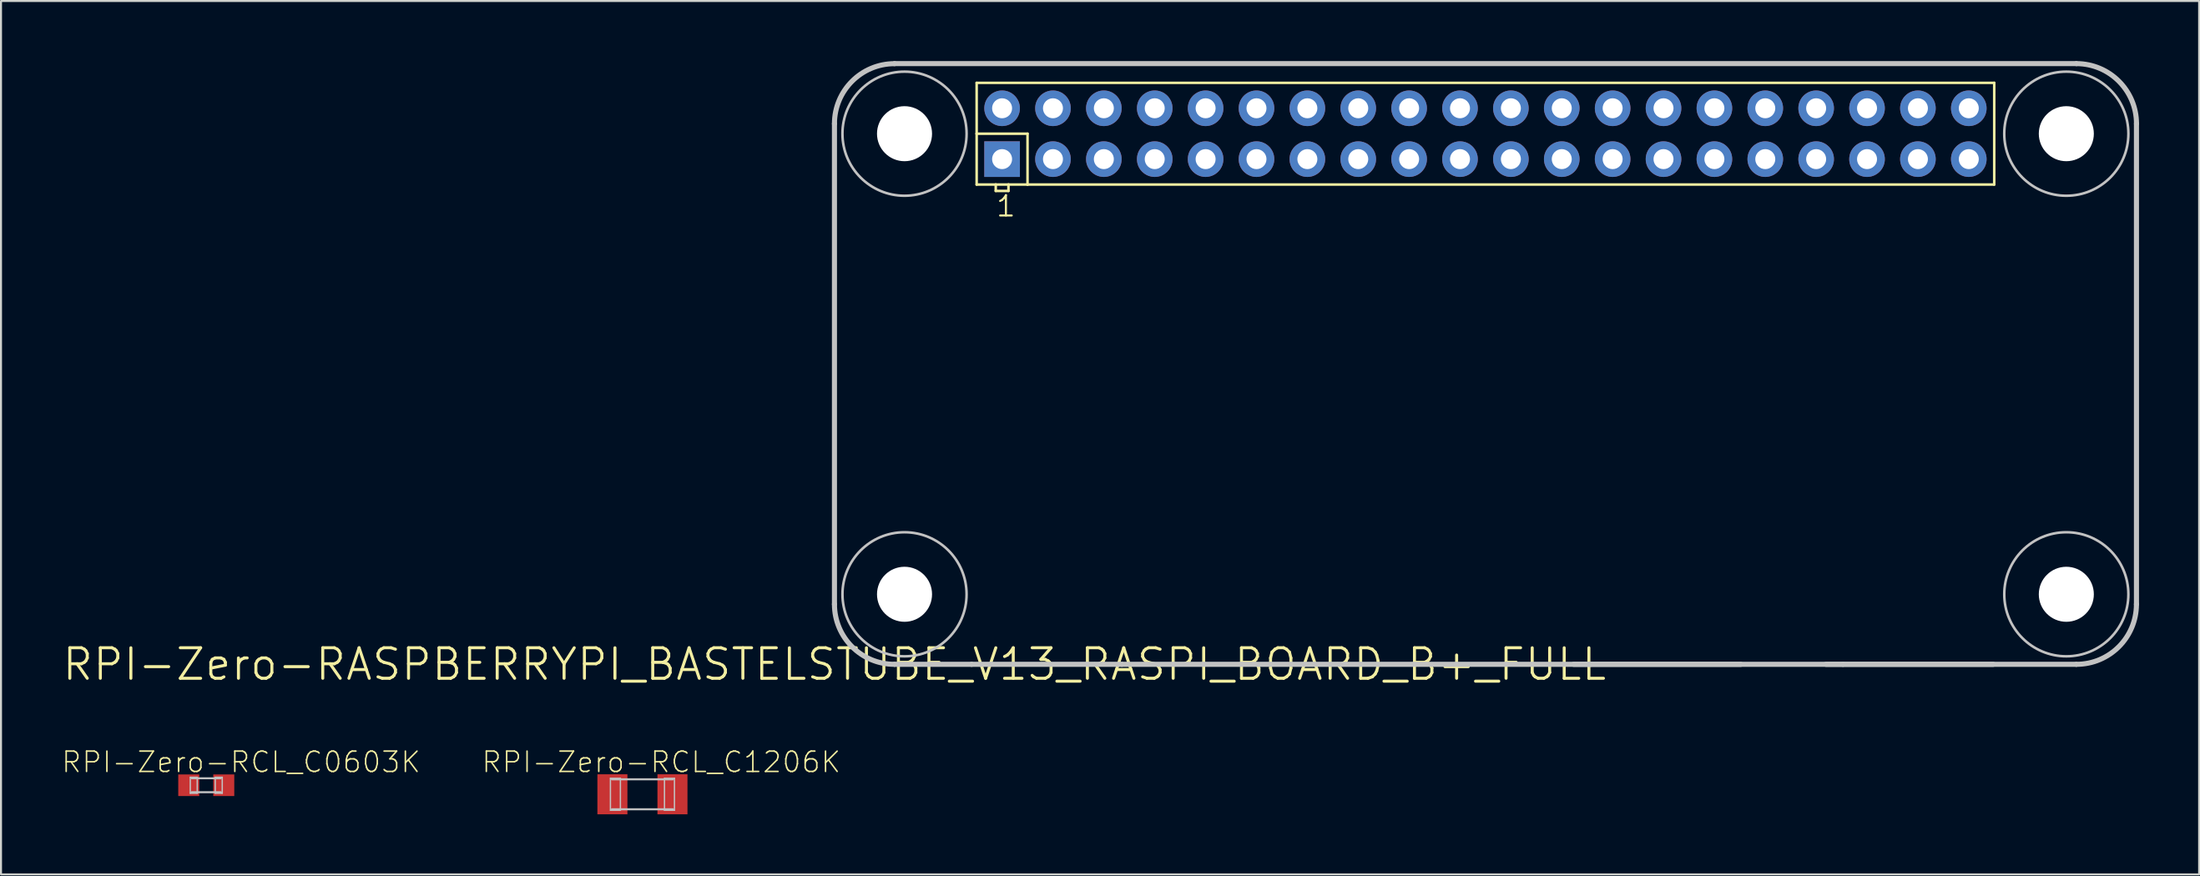
<source format=kicad_pcb>
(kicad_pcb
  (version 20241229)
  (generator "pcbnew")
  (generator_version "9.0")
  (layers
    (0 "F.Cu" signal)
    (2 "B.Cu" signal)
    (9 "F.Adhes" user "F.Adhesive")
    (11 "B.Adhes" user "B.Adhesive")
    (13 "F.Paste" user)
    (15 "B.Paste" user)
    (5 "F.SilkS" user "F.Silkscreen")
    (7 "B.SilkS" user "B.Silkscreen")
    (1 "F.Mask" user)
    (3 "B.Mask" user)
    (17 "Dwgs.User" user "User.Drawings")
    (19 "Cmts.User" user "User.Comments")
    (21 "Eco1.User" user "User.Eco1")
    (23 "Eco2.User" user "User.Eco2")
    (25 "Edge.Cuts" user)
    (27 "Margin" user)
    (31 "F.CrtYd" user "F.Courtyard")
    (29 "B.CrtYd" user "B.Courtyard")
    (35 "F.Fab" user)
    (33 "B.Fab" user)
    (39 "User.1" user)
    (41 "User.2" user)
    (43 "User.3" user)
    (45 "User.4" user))
  (footprint "RPI-Zero-RCL_C1206K"
    (layer "F.Cu")
    (at 29.022 36.618)
    (property "Reference" "RPI-Zero-RCL_C1206K" (at 0.94 -1.608 0) (layer "F.SilkS") (effects (font (size 1.016 1.016) (thickness 0.076))))
    (attr smd)
    (fp_line (start -1.598 -0.798) (end -1.1 -0.798) (stroke (width 0.066) (type solid)) (layer "Dwgs.User"))
    (fp_line (start -1.598 0.798) (end -1.598 -0.798) (stroke (width 0.066) (type solid)) (layer "Dwgs.User"))
    (fp_line (start -1.598 0.798) (end -1.1 0.798) (stroke (width 0.066) (type solid)) (layer "Dwgs.User"))
    (fp_line (start -1.524 -0.749) (end 1.524 -0.749) (stroke (width 0.102) (type solid)) (layer "Dwgs.User"))
    (fp_line (start -1.1 0.798) (end -1.1 -0.798) (stroke (width 0.066) (type solid)) (layer "Dwgs.User"))
    (fp_line (start 1.1 -0.798) (end 1.598 -0.798) (stroke (width 0.066) (type solid)) (layer "Dwgs.User"))
    (fp_line (start 1.1 0.798) (end 1.1 -0.798) (stroke (width 0.066) (type solid)) (layer "Dwgs.User"))
    (fp_line (start 1.1 0.798) (end 1.598 0.798) (stroke (width 0.066) (type solid)) (layer "Dwgs.User"))
    (fp_line (start 1.524 0.749) (end -1.524 0.749) (stroke (width 0.102) (type solid)) (layer "Dwgs.User"))
    (fp_line (start 1.598 0.798) (end 1.598 -0.798) (stroke (width 0.066) (type solid)) (layer "Dwgs.User"))
    (pad "1" smd rect (at -1.499 0) (size 1.499 1.999) (layers "F.Cu" "F.Mask" "F.Paste"))
    (pad "2" smd rect (at 1.499 0) (size 1.499 1.999) (layers "F.Cu" "F.Mask" "F.Paste")))
  (footprint "RPI-Zero-RASPBERRYPI_BASTELSTUBE_V13_RASPI_BOARD_B+_FULL"
    (layer "F.Cu")
    (at 38.608 30.127)
    (property "Reference" "RPI-Zero-RASPBERRYPI_BASTELSTUBE_V13_RASPI_BOARD_B+_FULL" (at 0 0 0) (layer "F.SilkS") (effects (font (size 1.524 1.524) (thickness 0.15))))
    (attr exclude_from_pos_files exclude_from_bom)
    (fp_line (start 7.099 -29.04) (end 7.099 -26.5) (stroke (width 0.127) (type solid)) (layer "F.SilkS"))
    (fp_line (start 7.099 -26.5) (end 7.099 -23.96) (stroke (width 0.127) (type solid)) (layer "F.SilkS"))
    (fp_line (start 7.099 -26.5) (end 9.639 -26.5) (stroke (width 0.127) (type solid)) (layer "F.SilkS"))
    (fp_line (start 7.099 -23.96) (end 8.052 -23.96) (stroke (width 0.127) (type solid)) (layer "F.SilkS"))
    (fp_line (start 8.052 -23.96) (end 8.052 -23.642) (stroke (width 0.127) (type solid)) (layer "F.SilkS"))
    (fp_line (start 8.052 -23.96) (end 8.687 -23.96) (stroke (width 0.127) (type solid)) (layer "F.SilkS"))
    (fp_line (start 8.052 -23.642) (end 8.687 -23.642) (stroke (width 0.127) (type solid)) (layer "F.SilkS"))
    (fp_line (start 8.687 -23.96) (end 9.639 -23.96) (stroke (width 0.127) (type solid)) (layer "F.SilkS"))
    (fp_line (start 8.687 -23.642) (end 8.687 -23.96) (stroke (width 0.127) (type solid)) (layer "F.SilkS"))
    (fp_line (start 9.639 -26.5) (end 9.639 -23.96) (stroke (width 0.127) (type solid)) (layer "F.SilkS"))
    (fp_line (start 9.639 -23.96) (end 57.899 -23.96) (stroke (width 0.127) (type solid)) (layer "F.SilkS"))
    (fp_line (start 57.899 -29.04) (end 7.099 -29.04) (stroke (width 0.127) (type solid)) (layer "F.SilkS"))
    (fp_line (start 57.899 -23.96) (end 57.899 -29.04) (stroke (width 0.127) (type solid)) (layer "F.SilkS"))
    (fp_line (start 0 -26.998) (end 0 -3) (stroke (width 0.254) (type solid)) (layer "Dwgs.User"))
    (fp_line (start 3 0) (end 6.848 0) (stroke (width 0.254) (type solid)) (layer "Dwgs.User"))
    (fp_line (start 6.848 0) (end 14.348 0) (stroke (width 0.254) (type solid)) (layer "Dwgs.User"))
    (fp_line (start 14.348 0) (end 61.999 0) (stroke (width 0.254) (type solid)) (layer "Dwgs.User"))
    (fp_line (start 36.899 0) (end 37.749 0) (stroke (width 0.254) (type solid)) (layer "Dwgs.User"))
    (fp_line (start 37.749 0) (end 45.248 0) (stroke (width 0.254) (type solid)) (layer "Dwgs.User"))
    (fp_line (start 49.5 0) (end 50.348 0) (stroke (width 0.254) (type solid)) (layer "Dwgs.User"))
    (fp_line (start 50.348 0) (end 57.849 0) (stroke (width 0.254) (type solid)) (layer "Dwgs.User"))
    (fp_line (start 61.999 -30) (end 3 -30) (stroke (width 0.254) (type solid)) (layer "Dwgs.User"))
    (fp_line (start 64.999 -3) (end 64.999 -26.998) (stroke (width 0.254) (type solid)) (layer "Dwgs.User"))
    (fp_arc (start 0 -26.99766) (mid 0.878604 -29.118796) (end 2.99974 -29.9974) (stroke (width 0.254) (type solid)) (layer "Dwgs.User"))
    (fp_arc (start 2.99974 0) (mid 0.878604 -0.878604) (end 0 -2.99974) (stroke (width 0.254) (type solid)) (layer "Dwgs.User"))
    (fp_arc (start 61.99886 -29.99994) (mid 64.121793 -29.120593) (end 65.00114 -26.99766) (stroke (width 0.254) (type solid)) (layer "Dwgs.User"))
    (fp_arc (start 64.9986 -2.99974) (mid 64.119996 -0.878604) (end 61.99886 0) (stroke (width 0.254) (type solid)) (layer "Dwgs.User"))
    (fp_circle (center 3.498 -26.5) (end 3.498 -29.599) (stroke (width 0.127) (type solid)) (fill no) (layer "Dwgs.User"))
    (fp_circle (center 3.498 -3.498) (end 3.498 -6.596) (stroke (width 0.127) (type solid)) (fill no) (layer "Dwgs.User"))
    (fp_circle (center 61.498 -26.5) (end 61.498 -29.599) (stroke (width 0.127) (type solid)) (fill no) (layer "Dwgs.User"))
    (fp_circle (center 61.498 -3.498) (end 61.498 -6.596) (stroke (width 0.127) (type solid)) (fill no) (layer "Dwgs.User"))
    (fp_text user "1" (at 8.56 -22.88 0) (layer "F.SilkS") (effects (font (size 1.016 1.016) (thickness 0.102))))
    (pad "" np_thru_hole circle (at 3.498 -26.5) (size 2.748 2.748) (drill 2.748) (layers "*.Cu" "*.Mask"))
    (pad "" np_thru_hole circle (at 3.498 -3.498) (size 2.748 2.748) (drill 2.748) (layers "*.Cu" "*.Mask"))
    (pad "" np_thru_hole circle (at 61.498 -26.5) (size 2.748 2.748) (drill 2.748) (layers "*.Cu" "*.Mask"))
    (pad "" np_thru_hole circle (at 61.498 -3.498) (size 2.748 2.748) (drill 2.748) (layers "*.Cu" "*.Mask"))
    (pad "1" thru_hole rect (at 8.369 -25.23) (size 1.778 1.778) (drill 0.998) (layers "*.Cu" "*.Paste" "*.Mask"))
    (pad "2" thru_hole circle (at 8.369 -27.77) (size 1.778 1.778) (drill 0.998) (layers "*.Cu" "*.Paste" "*.Mask"))
    (pad "3" thru_hole circle (at 10.909 -25.23) (size 1.778 1.778) (drill 0.998) (layers "*.Cu" "*.Paste" "*.Mask"))
    (pad "4" thru_hole circle (at 10.909 -27.77) (size 1.778 1.778) (drill 0.998) (layers "*.Cu" "*.Paste" "*.Mask"))
    (pad "5" thru_hole circle (at 13.449 -25.23) (size 1.778 1.778) (drill 0.998) (layers "*.Cu" "*.Paste" "*.Mask"))
    (pad "6" thru_hole circle (at 13.449 -27.77) (size 1.778 1.778) (drill 0.998) (layers "*.Cu" "*.Paste" "*.Mask"))
    (pad "7" thru_hole circle (at 15.989 -25.23) (size 1.778 1.778) (drill 0.998) (layers "*.Cu" "*.Paste" "*.Mask"))
    (pad "8" thru_hole circle (at 15.989 -27.77) (size 1.778 1.778) (drill 0.998) (layers "*.Cu" "*.Paste" "*.Mask"))
    (pad "9" thru_hole circle (at 18.529 -25.23) (size 1.778 1.778) (drill 0.998) (layers "*.Cu" "*.Paste" "*.Mask"))
    (pad "10" thru_hole circle (at 18.529 -27.77) (size 1.778 1.778) (drill 0.998) (layers "*.Cu" "*.Paste" "*.Mask"))
    (pad "11" thru_hole circle (at 21.069 -25.23) (size 1.778 1.778) (drill 0.998) (layers "*.Cu" "*.Paste" "*.Mask"))
    (pad "12" thru_hole circle (at 21.069 -27.77) (size 1.778 1.778) (drill 0.998) (layers "*.Cu" "*.Paste" "*.Mask"))
    (pad "13" thru_hole circle (at 23.609 -25.23) (size 1.778 1.778) (drill 0.998) (layers "*.Cu" "*.Paste" "*.Mask"))
    (pad "14" thru_hole circle (at 23.609 -27.77) (size 1.778 1.778) (drill 0.998) (layers "*.Cu" "*.Paste" "*.Mask"))
    (pad "15" thru_hole circle (at 26.149 -25.23) (size 1.778 1.778) (drill 0.998) (layers "*.Cu" "*.Paste" "*.Mask"))
    (pad "16" thru_hole circle (at 26.149 -27.77) (size 1.778 1.778) (drill 0.998) (layers "*.Cu" "*.Paste" "*.Mask"))
    (pad "17" thru_hole circle (at 28.689 -25.23) (size 1.778 1.778) (drill 0.998) (layers "*.Cu" "*.Paste" "*.Mask"))
    (pad "18" thru_hole circle (at 28.689 -27.77) (size 1.778 1.778) (drill 0.998) (layers "*.Cu" "*.Paste" "*.Mask"))
    (pad "19" thru_hole circle (at 31.229 -25.23) (size 1.778 1.778) (drill 0.998) (layers "*.Cu" "*.Paste" "*.Mask"))
    (pad "20" thru_hole circle (at 31.229 -27.77) (size 1.778 1.778) (drill 0.998) (layers "*.Cu" "*.Paste" "*.Mask"))
    (pad "21" thru_hole circle (at 33.769 -25.23) (size 1.778 1.778) (drill 0.998) (layers "*.Cu" "*.Paste" "*.Mask"))
    (pad "22" thru_hole circle (at 33.769 -27.77) (size 1.778 1.778) (drill 0.998) (layers "*.Cu" "*.Paste" "*.Mask"))
    (pad "23" thru_hole circle (at 36.309 -25.23) (size 1.778 1.778) (drill 0.998) (layers "*.Cu" "*.Paste" "*.Mask"))
    (pad "24" thru_hole circle (at 36.309 -27.77) (size 1.778 1.778) (drill 0.998) (layers "*.Cu" "*.Paste" "*.Mask"))
    (pad "25" thru_hole circle (at 38.849 -25.23) (size 1.778 1.778) (drill 0.998) (layers "*.Cu" "*.Paste" "*.Mask"))
    (pad "26" thru_hole circle (at 38.849 -27.77) (size 1.778 1.778) (drill 0.998) (layers "*.Cu" "*.Paste" "*.Mask"))
    (pad "27" thru_hole circle (at 41.389 -25.23) (size 1.778 1.778) (drill 0.998) (layers "*.Cu" "*.Paste" "*.Mask"))
    (pad "28" thru_hole circle (at 41.389 -27.77) (size 1.778 1.778) (drill 0.998) (layers "*.Cu" "*.Paste" "*.Mask"))
    (pad "29" thru_hole circle (at 43.929 -25.23) (size 1.778 1.778) (drill 0.998) (layers "*.Cu" "*.Paste" "*.Mask"))
    (pad "30" thru_hole circle (at 43.929 -27.77) (size 1.778 1.778) (drill 0.998) (layers "*.Cu" "*.Paste" "*.Mask"))
    (pad "31" thru_hole circle (at 46.469 -25.23) (size 1.778 1.778) (drill 0.998) (layers "*.Cu" "*.Paste" "*.Mask"))
    (pad "32" thru_hole circle (at 46.469 -27.77) (size 1.778 1.778) (drill 0.998) (layers "*.Cu" "*.Paste" "*.Mask"))
    (pad "33" thru_hole circle (at 49.009 -25.23) (size 1.778 1.778) (drill 0.998) (layers "*.Cu" "*.Paste" "*.Mask"))
    (pad "34" thru_hole circle (at 49.009 -27.77) (size 1.778 1.778) (drill 0.998) (layers "*.Cu" "*.Paste" "*.Mask"))
    (pad "35" thru_hole circle (at 51.549 -25.23) (size 1.778 1.778) (drill 0.998) (layers "*.Cu" "*.Paste" "*.Mask"))
    (pad "36" thru_hole circle (at 51.549 -27.77) (size 1.778 1.778) (drill 0.998) (layers "*.Cu" "*.Paste" "*.Mask"))
    (pad "37" thru_hole circle (at 54.089 -25.23) (size 1.778 1.778) (drill 0.998) (layers "*.Cu" "*.Paste" "*.Mask"))
    (pad "38" thru_hole circle (at 54.089 -27.77) (size 1.778 1.778) (drill 0.998) (layers "*.Cu" "*.Paste" "*.Mask"))
    (pad "39" thru_hole circle (at 56.629 -25.23) (size 1.778 1.778) (drill 0.998) (layers "*.Cu" "*.Paste" "*.Mask"))
    (pad "40" thru_hole circle (at 56.629 -27.77) (size 1.778 1.778) (drill 0.998) (layers "*.Cu" "*.Paste" "*.Mask")))
  (footprint "RPI-Zero-RCL_C0603K"
    (layer "F.Cu")
    (at 7.247 36.166)
    (property "Reference" "RPI-Zero-RCL_C0603K" (at 1.74 -1.156 0) (layer "F.SilkS") (effects (font (size 1.016 1.016) (thickness 0.076))))
    (attr smd)
    (fp_line (start -0.798 -0.399) (end -0.45 -0.399) (stroke (width 0.066) (type solid)) (layer "Dwgs.User"))
    (fp_line (start -0.798 0.399) (end -0.798 -0.399) (stroke (width 0.066) (type solid)) (layer "Dwgs.User"))
    (fp_line (start -0.798 0.399) (end -0.45 0.399) (stroke (width 0.066) (type solid)) (layer "Dwgs.User"))
    (fp_line (start -0.724 -0.348) (end 0.724 -0.348) (stroke (width 0.102) (type solid)) (layer "Dwgs.User"))
    (fp_line (start -0.45 0.399) (end -0.45 -0.399) (stroke (width 0.066) (type solid)) (layer "Dwgs.User"))
    (fp_line (start 0.45 -0.399) (end 0.798 -0.399) (stroke (width 0.066) (type solid)) (layer "Dwgs.User"))
    (fp_line (start 0.45 0.399) (end 0.45 -0.399) (stroke (width 0.066) (type solid)) (layer "Dwgs.User"))
    (fp_line (start 0.45 0.399) (end 0.798 0.399) (stroke (width 0.066) (type solid)) (layer "Dwgs.User"))
    (fp_line (start 0.724 0.348) (end -0.724 0.348) (stroke (width 0.102) (type solid)) (layer "Dwgs.User"))
    (fp_line (start 0.798 0.399) (end 0.798 -0.399) (stroke (width 0.066) (type solid)) (layer "Dwgs.User"))
    (pad "1" smd rect (at -0.874 0) (size 1.049 1.079) (layers "F.Cu" "F.Mask" "F.Paste"))
    (pad "2" smd rect (at 0.874 0) (size 1.049 1.079) (layers "F.Cu" "F.Mask" "F.Paste")))
  (gr_rect
    (start -3 -3)
    (end 106.736 40.617)
    (stroke (width 0.1) (type default))
    (fill no)
    (layer "Edge.Cuts")))
</source>
